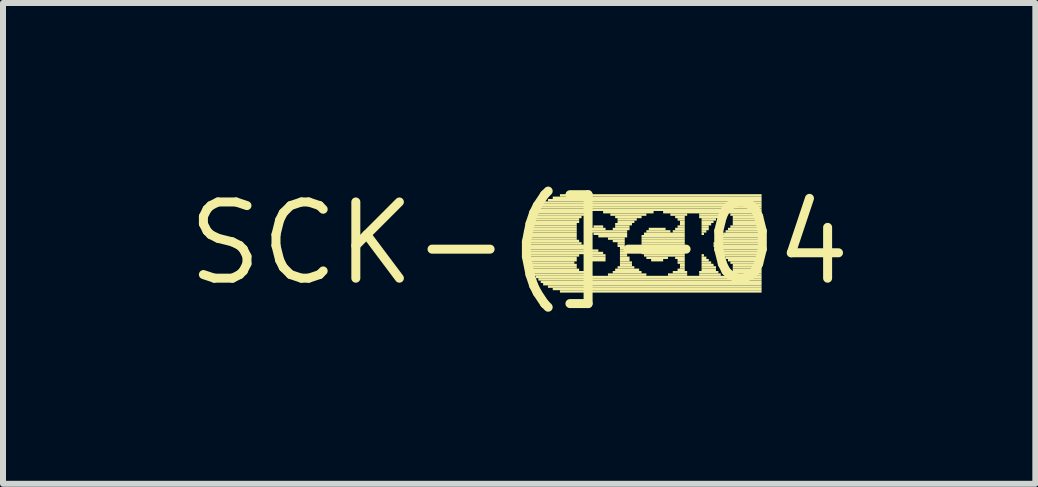
<source format=kicad_pcb>
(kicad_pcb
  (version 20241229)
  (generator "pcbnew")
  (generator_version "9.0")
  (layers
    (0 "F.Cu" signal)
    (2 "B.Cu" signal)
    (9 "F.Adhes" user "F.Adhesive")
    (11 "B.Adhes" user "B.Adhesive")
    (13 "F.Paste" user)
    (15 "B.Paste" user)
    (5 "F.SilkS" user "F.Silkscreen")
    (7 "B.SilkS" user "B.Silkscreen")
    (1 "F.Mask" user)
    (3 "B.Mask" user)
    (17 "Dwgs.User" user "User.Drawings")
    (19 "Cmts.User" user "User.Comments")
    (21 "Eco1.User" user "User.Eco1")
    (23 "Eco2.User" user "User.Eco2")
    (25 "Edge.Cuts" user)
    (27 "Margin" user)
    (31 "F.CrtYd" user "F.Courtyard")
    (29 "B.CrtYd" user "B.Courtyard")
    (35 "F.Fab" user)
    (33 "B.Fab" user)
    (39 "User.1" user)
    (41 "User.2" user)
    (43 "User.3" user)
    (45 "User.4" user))
  (footprint "SCK-(]-04"
    (layer "F.Cu")
    (at 5.601 1.006)
    (property "Reference" "SCK-(]-04" (at 0 0 0) (layer "F.SilkS") (effects (font (size 1.27 1.27) (thickness 0.15))))
    (attr through_hole)
    (fp_poly (pts (xy 0.08 -0.18) (xy 0.96 -0.18) (xy 0.96 -0.22) (xy 0.08 -0.22)) (stroke (width 0) (type solid)) (fill yes) (layer "F.SilkS"))
    (fp_poly (pts (xy 0.08 -0.14) (xy 0.96 -0.14) (xy 0.96 -0.18) (xy 0.08 -0.18)) (stroke (width 0) (type solid)) (fill yes) (layer "F.SilkS"))
    (fp_poly (pts (xy 0.08 -0.1) (xy 0.96 -0.1) (xy 0.96 -0.14) (xy 0.08 -0.14)) (stroke (width 0) (type solid)) (fill yes) (layer "F.SilkS"))
    (fp_poly (pts (xy 0.08 -0.06) (xy 0.96 -0.06) (xy 0.96 -0.1) (xy 0.08 -0.1)) (stroke (width 0) (type solid)) (fill yes) (layer "F.SilkS"))
    (fp_poly (pts (xy 0.08 -0.02) (xy 1 -0.02) (xy 1 -0.06) (xy 0.08 -0.06)) (stroke (width 0) (type solid)) (fill yes) (layer "F.SilkS"))
    (fp_poly (pts (xy 0.08 0.02) (xy 1.04 0.02) (xy 1.04 -0.02) (xy 0.08 -0.02)) (stroke (width 0) (type solid)) (fill yes) (layer "F.SilkS"))
    (fp_poly (pts (xy 0.08 0.06) (xy 1.08 0.06) (xy 1.08 0.02) (xy 0.08 0.02)) (stroke (width 0) (type solid)) (fill yes) (layer "F.SilkS"))
    (fp_poly (pts (xy 0.08 0.1) (xy 1.16 0.1) (xy 1.16 0.06) (xy 0.08 0.06)) (stroke (width 0) (type solid)) (fill yes) (layer "F.SilkS"))
    (fp_poly (pts (xy 0.08 0.14) (xy 1.32 0.14) (xy 1.32 0.1) (xy 0.08 0.1)) (stroke (width 0) (type solid)) (fill yes) (layer "F.SilkS"))
    (fp_poly (pts (xy 0.08 0.18) (xy 1.4 0.18) (xy 1.4 0.14) (xy 0.08 0.14)) (stroke (width 0) (type solid)) (fill yes) (layer "F.SilkS"))
    (fp_poly (pts (xy 0.08 0.22) (xy 1 0.22) (xy 1 0.18) (xy 0.08 0.18)) (stroke (width 0) (type solid)) (fill yes) (layer "F.SilkS"))
    (fp_poly (pts (xy 0.12 -0.3) (xy 0.96 -0.3) (xy 0.96 -0.34) (xy 0.12 -0.34)) (stroke (width 0) (type solid)) (fill yes) (layer "F.SilkS"))
    (fp_poly (pts (xy 0.12 -0.26) (xy 0.96 -0.26) (xy 0.96 -0.3) (xy 0.12 -0.3)) (stroke (width 0) (type solid)) (fill yes) (layer "F.SilkS"))
    (fp_poly (pts (xy 0.12 -0.22) (xy 0.96 -0.22) (xy 0.96 -0.26) (xy 0.12 -0.26)) (stroke (width 0) (type solid)) (fill yes) (layer "F.SilkS"))
    (fp_poly (pts (xy 0.12 0.26) (xy 0.96 0.26) (xy 0.96 0.22) (xy 0.12 0.22)) (stroke (width 0) (type solid)) (fill yes) (layer "F.SilkS"))
    (fp_poly (pts (xy 0.12 0.3) (xy 0.96 0.3) (xy 0.96 0.26) (xy 0.12 0.26)) (stroke (width 0) (type solid)) (fill yes) (layer "F.SilkS"))
    (fp_poly (pts (xy 0.12 0.34) (xy 0.92 0.34) (xy 0.92 0.3) (xy 0.12 0.3)) (stroke (width 0) (type solid)) (fill yes) (layer "F.SilkS"))
    (fp_poly (pts (xy 0.16 -0.38) (xy 1 -0.38) (xy 1 -0.42) (xy 0.16 -0.42)) (stroke (width 0) (type solid)) (fill yes) (layer "F.SilkS"))
    (fp_poly (pts (xy 0.16 -0.34) (xy 1 -0.34) (xy 1 -0.38) (xy 0.16 -0.38)) (stroke (width 0) (type solid)) (fill yes) (layer "F.SilkS"))
    (fp_poly (pts (xy 0.16 0.38) (xy 0.96 0.38) (xy 0.96 0.34) (xy 0.16 0.34)) (stroke (width 0) (type solid)) (fill yes) (layer "F.SilkS"))
    (fp_poly (pts (xy 0.16 0.42) (xy 0.96 0.42) (xy 0.96 0.38) (xy 0.16 0.38)) (stroke (width 0) (type solid)) (fill yes) (layer "F.SilkS"))
    (fp_poly (pts (xy 0.2 -0.46) (xy 1.08 -0.46) (xy 1.08 -0.5) (xy 0.2 -0.5)) (stroke (width 0) (type solid)) (fill yes) (layer "F.SilkS"))
    (fp_poly (pts (xy 0.2 -0.42) (xy 1.04 -0.42) (xy 1.04 -0.46) (xy 0.2 -0.46)) (stroke (width 0) (type solid)) (fill yes) (layer "F.SilkS"))
    (fp_poly (pts (xy 0.2 0.46) (xy 1 0.46) (xy 1 0.42) (xy 0.2 0.42)) (stroke (width 0) (type solid)) (fill yes) (layer "F.SilkS"))
    (fp_poly (pts (xy 0.2 0.5) (xy 1.08 0.5) (xy 1.08 0.46) (xy 0.2 0.46)) (stroke (width 0) (type solid)) (fill yes) (layer "F.SilkS"))
    (fp_poly (pts (xy 0.24 -0.5) (xy 1.2 -0.5) (xy 1.2 -0.54) (xy 0.24 -0.54)) (stroke (width 0) (type solid)) (fill yes) (layer "F.SilkS"))
    (fp_poly (pts (xy 0.24 0.54) (xy 1.12 0.54) (xy 1.12 0.5) (xy 0.24 0.5)) (stroke (width 0) (type solid)) (fill yes) (layer "F.SilkS"))
    (fp_poly (pts (xy 0.28 -0.54) (xy 4.04 -0.54) (xy 4.04 -0.58) (xy 0.28 -0.58)) (stroke (width 0) (type solid)) (fill yes) (layer "F.SilkS"))
    (fp_poly (pts (xy 0.28 0.58) (xy 4.04 0.58) (xy 4.04 0.54) (xy 0.28 0.54)) (stroke (width 0) (type solid)) (fill yes) (layer "F.SilkS"))
    (fp_poly (pts (xy 0.32 -0.58) (xy 4.04 -0.58) (xy 4.04 -0.62) (xy 0.32 -0.62)) (stroke (width 0) (type solid)) (fill yes) (layer "F.SilkS"))
    (fp_poly (pts (xy 0.32 0.62) (xy 4.04 0.62) (xy 4.04 0.58) (xy 0.32 0.58)) (stroke (width 0) (type solid)) (fill yes) (layer "F.SilkS"))
    (fp_poly (pts (xy 0.36 -0.62) (xy 4.04 -0.62) (xy 4.04 -0.66) (xy 0.36 -0.66)) (stroke (width 0) (type solid)) (fill yes) (layer "F.SilkS"))
    (fp_poly (pts (xy 0.36 0.66) (xy 4.04 0.66) (xy 4.04 0.62) (xy 0.36 0.62)) (stroke (width 0) (type solid)) (fill yes) (layer "F.SilkS"))
    (fp_poly (pts (xy 0.4 -0.66) (xy 4.04 -0.66) (xy 4.04 -0.7) (xy 0.4 -0.7)) (stroke (width 0) (type solid)) (fill yes) (layer "F.SilkS"))
    (fp_poly (pts (xy 0.4 0.7) (xy 4.04 0.7) (xy 4.04 0.66) (xy 0.4 0.66)) (stroke (width 0) (type solid)) (fill yes) (layer "F.SilkS"))
    (fp_poly (pts (xy 0.48 -0.7) (xy 4.04 -0.7) (xy 4.04 -0.74) (xy 0.48 -0.74)) (stroke (width 0) (type solid)) (fill yes) (layer "F.SilkS"))
    (fp_poly (pts (xy 0.48 0.74) (xy 4.04 0.74) (xy 4.04 0.7) (xy 0.48 0.7)) (stroke (width 0) (type solid)) (fill yes) (layer "F.SilkS"))
    (fp_poly (pts (xy 0.56 -0.74) (xy 4.04 -0.74) (xy 4.04 -0.78) (xy 0.56 -0.78)) (stroke (width 0) (type solid)) (fill yes) (layer "F.SilkS"))
    (fp_poly (pts (xy 0.56 0.78) (xy 4.04 0.78) (xy 4.04 0.74) (xy 0.56 0.74)) (stroke (width 0) (type solid)) (fill yes) (layer "F.SilkS"))
    (fp_poly (pts (xy 0.68 -0.78) (xy 4.04 -0.78) (xy 4.04 -0.82) (xy 0.68 -0.82)) (stroke (width 0) (type solid)) (fill yes) (layer "F.SilkS"))
    (fp_poly (pts (xy 0.68 0.82) (xy 4.04 0.82) (xy 4.04 0.78) (xy 0.68 0.78)) (stroke (width 0) (type solid)) (fill yes) (layer "F.SilkS"))
    (fp_poly (pts (xy 1.12 0.22) (xy 1.44 0.22) (xy 1.44 0.18) (xy 1.12 0.18)) (stroke (width 0) (type solid)) (fill yes) (layer "F.SilkS"))
    (fp_poly (pts (xy 1.16 0.26) (xy 1.44 0.26) (xy 1.44 0.22) (xy 1.16 0.22)) (stroke (width 0) (type solid)) (fill yes) (layer "F.SilkS"))
    (fp_poly (pts (xy 1.2 -0.22) (xy 1.44 -0.22) (xy 1.44 -0.26) (xy 1.2 -0.26)) (stroke (width 0) (type solid)) (fill yes) (layer "F.SilkS"))
    (fp_poly (pts (xy 1.2 -0.18) (xy 1.8 -0.18) (xy 1.8 -0.22) (xy 1.2 -0.22)) (stroke (width 0) (type solid)) (fill yes) (layer "F.SilkS"))
    (fp_poly (pts (xy 1.2 0.3) (xy 1.44 0.3) (xy 1.44 0.26) (xy 1.2 0.26)) (stroke (width 0) (type solid)) (fill yes) (layer "F.SilkS"))
    (fp_poly (pts (xy 1.24 -0.26) (xy 1.4 -0.26) (xy 1.4 -0.3) (xy 1.24 -0.3)) (stroke (width 0) (type solid)) (fill yes) (layer "F.SilkS"))
    (fp_poly (pts (xy 1.24 -0.14) (xy 1.8 -0.14) (xy 1.8 -0.18) (xy 1.24 -0.18)) (stroke (width 0) (type solid)) (fill yes) (layer "F.SilkS"))
    (fp_poly (pts (xy 1.32 -0.1) (xy 1.8 -0.1) (xy 1.8 -0.14) (xy 1.32 -0.14)) (stroke (width 0) (type solid)) (fill yes) (layer "F.SilkS"))
    (fp_poly (pts (xy 1.4 -0.5) (xy 2.24 -0.5) (xy 2.24 -0.54) (xy 1.4 -0.54)) (stroke (width 0) (type solid)) (fill yes) (layer "F.SilkS"))
    (fp_poly (pts (xy 1.48 -0.06) (xy 1.76 -0.06) (xy 1.76 -0.1) (xy 1.48 -0.1)) (stroke (width 0) (type solid)) (fill yes) (layer "F.SilkS"))
    (fp_poly (pts (xy 1.48 0.54) (xy 2.12 0.54) (xy 2.12 0.5) (xy 1.48 0.5)) (stroke (width 0) (type solid)) (fill yes) (layer "F.SilkS"))
    (fp_poly (pts (xy 1.52 -0.46) (xy 2.12 -0.46) (xy 2.12 -0.5) (xy 1.52 -0.5)) (stroke (width 0) (type solid)) (fill yes) (layer "F.SilkS"))
    (fp_poly (pts (xy 1.56 -0.22) (xy 1.84 -0.22) (xy 1.84 -0.26) (xy 1.56 -0.26)) (stroke (width 0) (type solid)) (fill yes) (layer "F.SilkS"))
    (fp_poly (pts (xy 1.56 -0.02) (xy 1.76 -0.02) (xy 1.76 -0.06) (xy 1.56 -0.06)) (stroke (width 0) (type solid)) (fill yes) (layer "F.SilkS"))
    (fp_poly (pts (xy 1.56 0.5) (xy 2.04 0.5) (xy 2.04 0.46) (xy 1.56 0.46)) (stroke (width 0) (type solid)) (fill yes) (layer "F.SilkS"))
    (fp_poly (pts (xy 1.6 -0.42) (xy 2.04 -0.42) (xy 2.04 -0.46) (xy 1.6 -0.46)) (stroke (width 0) (type solid)) (fill yes) (layer "F.SilkS"))
    (fp_poly (pts (xy 1.6 -0.3) (xy 1.88 -0.3) (xy 1.88 -0.34) (xy 1.6 -0.34)) (stroke (width 0) (type solid)) (fill yes) (layer "F.SilkS"))
    (fp_poly (pts (xy 1.6 -0.26) (xy 1.84 -0.26) (xy 1.84 -0.3) (xy 1.6 -0.3)) (stroke (width 0) (type solid)) (fill yes) (layer "F.SilkS"))
    (fp_poly (pts (xy 1.6 0.46) (xy 2 0.46) (xy 2 0.42) (xy 1.6 0.42)) (stroke (width 0) (type solid)) (fill yes) (layer "F.SilkS"))
    (fp_poly (pts (xy 1.64 -0.38) (xy 1.96 -0.38) (xy 1.96 -0.42) (xy 1.64 -0.42)) (stroke (width 0) (type solid)) (fill yes) (layer "F.SilkS"))
    (fp_poly (pts (xy 1.64 -0.34) (xy 1.92 -0.34) (xy 1.92 -0.38) (xy 1.64 -0.38)) (stroke (width 0) (type solid)) (fill yes) (layer "F.SilkS"))
    (fp_poly (pts (xy 1.64 0.02) (xy 1.76 0.02) (xy 1.76 -0.02) (xy 1.64 -0.02)) (stroke (width 0) (type solid)) (fill yes) (layer "F.SilkS"))
    (fp_poly (pts (xy 1.64 0.06) (xy 1.76 0.06) (xy 1.76 0.02) (xy 1.64 0.02)) (stroke (width 0) (type solid)) (fill yes) (layer "F.SilkS"))
    (fp_poly (pts (xy 1.64 0.42) (xy 1.92 0.42) (xy 1.92 0.38) (xy 1.64 0.38)) (stroke (width 0) (type solid)) (fill yes) (layer "F.SilkS"))
    (fp_poly (pts (xy 1.68 0.1) (xy 1.76 0.1) (xy 1.76 0.06) (xy 1.68 0.06)) (stroke (width 0) (type solid)) (fill yes) (layer "F.SilkS"))
    (fp_poly (pts (xy 1.68 0.14) (xy 1.8 0.14) (xy 1.8 0.1) (xy 1.68 0.1)) (stroke (width 0) (type solid)) (fill yes) (layer "F.SilkS"))
    (fp_poly (pts (xy 1.68 0.18) (xy 1.8 0.18) (xy 1.8 0.14) (xy 1.68 0.14)) (stroke (width 0) (type solid)) (fill yes) (layer "F.SilkS"))
    (fp_poly (pts (xy 1.68 0.22) (xy 1.8 0.22) (xy 1.8 0.18) (xy 1.68 0.18)) (stroke (width 0) (type solid)) (fill yes) (layer "F.SilkS"))
    (fp_poly (pts (xy 1.68 0.26) (xy 1.84 0.26) (xy 1.84 0.22) (xy 1.68 0.22)) (stroke (width 0) (type solid)) (fill yes) (layer "F.SilkS"))
    (fp_poly (pts (xy 1.68 0.3) (xy 1.84 0.3) (xy 1.84 0.26) (xy 1.68 0.26)) (stroke (width 0) (type solid)) (fill yes) (layer "F.SilkS"))
    (fp_poly (pts (xy 1.68 0.34) (xy 1.88 0.34) (xy 1.88 0.3) (xy 1.68 0.3)) (stroke (width 0) (type solid)) (fill yes) (layer "F.SilkS"))
    (fp_poly (pts (xy 1.68 0.38) (xy 1.88 0.38) (xy 1.88 0.34) (xy 1.68 0.34)) (stroke (width 0) (type solid)) (fill yes) (layer "F.SilkS"))
    (fp_poly (pts (xy 2.04 -0.1) (xy 2.76 -0.1) (xy 2.76 -0.14) (xy 2.04 -0.14)) (stroke (width 0) (type solid)) (fill yes) (layer "F.SilkS"))
    (fp_poly (pts (xy 2.04 -0.06) (xy 2.76 -0.06) (xy 2.76 -0.1) (xy 2.04 -0.1)) (stroke (width 0) (type solid)) (fill yes) (layer "F.SilkS"))
    (fp_poly (pts (xy 2.04 -0.02) (xy 2.76 -0.02) (xy 2.76 -0.06) (xy 2.04 -0.06)) (stroke (width 0) (type solid)) (fill yes) (layer "F.SilkS"))
    (fp_poly (pts (xy 2.04 0.02) (xy 2.76 0.02) (xy 2.76 -0.02) (xy 2.04 -0.02)) (stroke (width 0) (type solid)) (fill yes) (layer "F.SilkS"))
    (fp_poly (pts (xy 2.04 0.06) (xy 2.76 0.06) (xy 2.76 0.02) (xy 2.04 0.02)) (stroke (width 0) (type solid)) (fill yes) (layer "F.SilkS"))
    (fp_poly (pts (xy 2.04 0.1) (xy 2.76 0.1) (xy 2.76 0.06) (xy 2.04 0.06)) (stroke (width 0) (type solid)) (fill yes) (layer "F.SilkS"))
    (fp_poly (pts (xy 2.04 0.14) (xy 2.76 0.14) (xy 2.76 0.1) (xy 2.04 0.1)) (stroke (width 0) (type solid)) (fill yes) (layer "F.SilkS"))
    (fp_poly (pts (xy 2.04 0.18) (xy 2.76 0.18) (xy 2.76 0.14) (xy 2.04 0.14)) (stroke (width 0) (type solid)) (fill yes) (layer "F.SilkS"))
    (fp_poly (pts (xy 2.08 -0.14) (xy 2.76 -0.14) (xy 2.76 -0.18) (xy 2.08 -0.18)) (stroke (width 0) (type solid)) (fill yes) (layer "F.SilkS"))
    (fp_poly (pts (xy 2.08 0.22) (xy 2.76 0.22) (xy 2.76 0.18) (xy 2.08 0.18)) (stroke (width 0) (type solid)) (fill yes) (layer "F.SilkS"))
    (fp_poly (pts (xy 2.12 -0.18) (xy 2.52 -0.18) (xy 2.52 -0.22) (xy 2.12 -0.22)) (stroke (width 0) (type solid)) (fill yes) (layer "F.SilkS"))
    (fp_poly (pts (xy 2.12 0.26) (xy 2.48 0.26) (xy 2.48 0.22) (xy 2.12 0.22)) (stroke (width 0) (type solid)) (fill yes) (layer "F.SilkS"))
    (fp_poly (pts (xy 2.16 -0.22) (xy 2.44 -0.22) (xy 2.44 -0.26) (xy 2.16 -0.26)) (stroke (width 0) (type solid)) (fill yes) (layer "F.SilkS"))
    (fp_poly (pts (xy 2.2 0.3) (xy 2.4 0.3) (xy 2.4 0.26) (xy 2.2 0.26)) (stroke (width 0) (type solid)) (fill yes) (layer "F.SilkS"))
    (fp_poly (pts (xy 2.4 -0.5) (xy 3.4 -0.5) (xy 3.4 -0.54) (xy 2.4 -0.54)) (stroke (width 0) (type solid)) (fill yes) (layer "F.SilkS"))
    (fp_poly (pts (xy 2.48 0.54) (xy 2.8 0.54) (xy 2.8 0.5) (xy 2.48 0.5)) (stroke (width 0) (type solid)) (fill yes) (layer "F.SilkS"))
    (fp_poly (pts (xy 2.52 -0.46) (xy 2.8 -0.46) (xy 2.8 -0.5) (xy 2.52 -0.5)) (stroke (width 0) (type solid)) (fill yes) (layer "F.SilkS"))
    (fp_poly (pts (xy 2.56 -0.18) (xy 2.76 -0.18) (xy 2.76 -0.22) (xy 2.56 -0.22)) (stroke (width 0) (type solid)) (fill yes) (layer "F.SilkS"))
    (fp_poly (pts (xy 2.56 0.5) (xy 2.8 0.5) (xy 2.8 0.46) (xy 2.56 0.46)) (stroke (width 0) (type solid)) (fill yes) (layer "F.SilkS"))
    (fp_poly (pts (xy 2.6 -0.42) (xy 2.76 -0.42) (xy 2.76 -0.46) (xy 2.6 -0.46)) (stroke (width 0) (type solid)) (fill yes) (layer "F.SilkS"))
    (fp_poly (pts (xy 2.6 -0.22) (xy 2.76 -0.22) (xy 2.76 -0.26) (xy 2.6 -0.26)) (stroke (width 0) (type solid)) (fill yes) (layer "F.SilkS"))
    (fp_poly (pts (xy 2.6 0.26) (xy 2.76 0.26) (xy 2.76 0.22) (xy 2.6 0.22)) (stroke (width 0) (type solid)) (fill yes) (layer "F.SilkS"))
    (fp_poly (pts (xy 2.64 -0.38) (xy 2.76 -0.38) (xy 2.76 -0.42) (xy 2.64 -0.42)) (stroke (width 0) (type solid)) (fill yes) (layer "F.SilkS"))
    (fp_poly (pts (xy 2.64 -0.26) (xy 2.76 -0.26) (xy 2.76 -0.3) (xy 2.64 -0.3)) (stroke (width 0) (type solid)) (fill yes) (layer "F.SilkS"))
    (fp_poly (pts (xy 2.64 0.3) (xy 2.76 0.3) (xy 2.76 0.26) (xy 2.64 0.26)) (stroke (width 0) (type solid)) (fill yes) (layer "F.SilkS"))
    (fp_poly (pts (xy 2.64 0.34) (xy 2.76 0.34) (xy 2.76 0.3) (xy 2.64 0.3)) (stroke (width 0) (type solid)) (fill yes) (layer "F.SilkS"))
    (fp_poly (pts (xy 2.64 0.46) (xy 2.76 0.46) (xy 2.76 0.42) (xy 2.64 0.42)) (stroke (width 0) (type solid)) (fill yes) (layer "F.SilkS"))
    (fp_poly (pts (xy 2.68 -0.34) (xy 2.76 -0.34) (xy 2.76 -0.38) (xy 2.68 -0.38)) (stroke (width 0) (type solid)) (fill yes) (layer "F.SilkS"))
    (fp_poly (pts (xy 2.68 -0.3) (xy 2.76 -0.3) (xy 2.76 -0.34) (xy 2.68 -0.34)) (stroke (width 0) (type solid)) (fill yes) (layer "F.SilkS"))
    (fp_poly (pts (xy 2.68 0.38) (xy 2.76 0.38) (xy 2.76 0.34) (xy 2.68 0.34)) (stroke (width 0) (type solid)) (fill yes) (layer "F.SilkS"))
    (fp_poly (pts (xy 2.68 0.42) (xy 2.76 0.42) (xy 2.76 0.38) (xy 2.68 0.38)) (stroke (width 0) (type solid)) (fill yes) (layer "F.SilkS"))
    (fp_poly (pts (xy 3 -0.46) (xy 3.36 -0.46) (xy 3.36 -0.5) (xy 3 -0.5)) (stroke (width 0) (type solid)) (fill yes) (layer "F.SilkS"))
    (fp_poly (pts (xy 3 -0.42) (xy 3.32 -0.42) (xy 3.32 -0.46) (xy 3 -0.46)) (stroke (width 0) (type solid)) (fill yes) (layer "F.SilkS"))
    (fp_poly (pts (xy 3 0.5) (xy 3.32 0.5) (xy 3.32 0.46) (xy 3 0.46)) (stroke (width 0) (type solid)) (fill yes) (layer "F.SilkS"))
    (fp_poly (pts (xy 3 0.54) (xy 3.36 0.54) (xy 3.36 0.5) (xy 3 0.5)) (stroke (width 0) (type solid)) (fill yes) (layer "F.SilkS"))
    (fp_poly (pts (xy 3.04 -0.38) (xy 3.28 -0.38) (xy 3.28 -0.42) (xy 3.04 -0.42)) (stroke (width 0) (type solid)) (fill yes) (layer "F.SilkS"))
    (fp_poly (pts (xy 3.04 -0.34) (xy 3.24 -0.34) (xy 3.24 -0.38) (xy 3.04 -0.38)) (stroke (width 0) (type solid)) (fill yes) (layer "F.SilkS"))
    (fp_poly (pts (xy 3.04 -0.3) (xy 3.2 -0.3) (xy 3.2 -0.34) (xy 3.04 -0.34)) (stroke (width 0) (type solid)) (fill yes) (layer "F.SilkS"))
    (fp_poly (pts (xy 3.04 -0.26) (xy 3.16 -0.26) (xy 3.16 -0.3) (xy 3.04 -0.3)) (stroke (width 0) (type solid)) (fill yes) (layer "F.SilkS"))
    (fp_poly (pts (xy 3.04 -0.22) (xy 3.16 -0.22) (xy 3.16 -0.26) (xy 3.04 -0.26)) (stroke (width 0) (type solid)) (fill yes) (layer "F.SilkS"))
    (fp_poly (pts (xy 3.04 -0.18) (xy 3.12 -0.18) (xy 3.12 -0.22) (xy 3.04 -0.22)) (stroke (width 0) (type solid)) (fill yes) (layer "F.SilkS"))
    (fp_poly (pts (xy 3.04 -0.14) (xy 3.08 -0.14) (xy 3.08 -0.18) (xy 3.04 -0.18)) (stroke (width 0) (type solid)) (fill yes) (layer "F.SilkS"))
    (fp_poly (pts (xy 3.04 0.22) (xy 3.08 0.22) (xy 3.08 0.18) (xy 3.04 0.18)) (stroke (width 0) (type solid)) (fill yes) (layer "F.SilkS"))
    (fp_poly (pts (xy 3.04 0.26) (xy 3.12 0.26) (xy 3.12 0.22) (xy 3.04 0.22)) (stroke (width 0) (type solid)) (fill yes) (layer "F.SilkS"))
    (fp_poly (pts (xy 3.04 0.3) (xy 3.16 0.3) (xy 3.16 0.26) (xy 3.04 0.26)) (stroke (width 0) (type solid)) (fill yes) (layer "F.SilkS"))
    (fp_poly (pts (xy 3.04 0.34) (xy 3.2 0.34) (xy 3.2 0.3) (xy 3.04 0.3)) (stroke (width 0) (type solid)) (fill yes) (layer "F.SilkS"))
    (fp_poly (pts (xy 3.04 0.38) (xy 3.24 0.38) (xy 3.24 0.34) (xy 3.04 0.34)) (stroke (width 0) (type solid)) (fill yes) (layer "F.SilkS"))
    (fp_poly (pts (xy 3.04 0.42) (xy 3.28 0.42) (xy 3.28 0.38) (xy 3.04 0.38)) (stroke (width 0) (type solid)) (fill yes) (layer "F.SilkS"))
    (fp_poly (pts (xy 3.04 0.46) (xy 3.28 0.46) (xy 3.28 0.42) (xy 3.04 0.42)) (stroke (width 0) (type solid)) (fill yes) (layer "F.SilkS"))
    (fp_poly (pts (xy 3.24 0.02) (xy 4.04 0.02) (xy 4.04 -0.02) (xy 3.24 -0.02)) (stroke (width 0) (type solid)) (fill yes) (layer "F.SilkS"))
    (fp_poly (pts (xy 3.24 0.06) (xy 4.04 0.06) (xy 4.04 0.02) (xy 3.24 0.02)) (stroke (width 0) (type solid)) (fill yes) (layer "F.SilkS"))
    (fp_poly (pts (xy 3.28 -0.02) (xy 4.04 -0.02) (xy 4.04 -0.06) (xy 3.28 -0.06)) (stroke (width 0) (type solid)) (fill yes) (layer "F.SilkS"))
    (fp_poly (pts (xy 3.28 0.1) (xy 4.04 0.1) (xy 4.04 0.06) (xy 3.28 0.06)) (stroke (width 0) (type solid)) (fill yes) (layer "F.SilkS"))
    (fp_poly (pts (xy 3.32 -0.06) (xy 4.04 -0.06) (xy 4.04 -0.1) (xy 3.32 -0.1)) (stroke (width 0) (type solid)) (fill yes) (layer "F.SilkS"))
    (fp_poly (pts (xy 3.32 0.14) (xy 4.04 0.14) (xy 4.04 0.1) (xy 3.32 0.1)) (stroke (width 0) (type solid)) (fill yes) (layer "F.SilkS"))
    (fp_poly (pts (xy 3.36 -0.1) (xy 4.04 -0.1) (xy 4.04 -0.14) (xy 3.36 -0.14)) (stroke (width 0) (type solid)) (fill yes) (layer "F.SilkS"))
    (fp_poly (pts (xy 3.36 0.18) (xy 4.04 0.18) (xy 4.04 0.14) (xy 3.36 0.14)) (stroke (width 0) (type solid)) (fill yes) (layer "F.SilkS"))
    (fp_poly (pts (xy 3.4 -0.14) (xy 4.04 -0.14) (xy 4.04 -0.18) (xy 3.4 -0.18)) (stroke (width 0) (type solid)) (fill yes) (layer "F.SilkS"))
    (fp_poly (pts (xy 3.4 0.22) (xy 4.04 0.22) (xy 4.04 0.18) (xy 3.4 0.18)) (stroke (width 0) (type solid)) (fill yes) (layer "F.SilkS"))
    (fp_poly (pts (xy 3.44 -0.18) (xy 4.04 -0.18) (xy 4.04 -0.22) (xy 3.44 -0.22)) (stroke (width 0) (type solid)) (fill yes) (layer "F.SilkS"))
    (fp_poly (pts (xy 3.44 0.26) (xy 4.04 0.26) (xy 4.04 0.22) (xy 3.44 0.22)) (stroke (width 0) (type solid)) (fill yes) (layer "F.SilkS"))
    (fp_poly (pts (xy 3.48 -0.5) (xy 4.04 -0.5) (xy 4.04 -0.54) (xy 3.48 -0.54)) (stroke (width 0) (type solid)) (fill yes) (layer "F.SilkS"))
    (fp_poly (pts (xy 3.48 -0.22) (xy 4.04 -0.22) (xy 4.04 -0.26) (xy 3.48 -0.26)) (stroke (width 0) (type solid)) (fill yes) (layer "F.SilkS"))
    (fp_poly (pts (xy 3.48 0.3) (xy 4.04 0.3) (xy 4.04 0.26) (xy 3.48 0.26)) (stroke (width 0) (type solid)) (fill yes) (layer "F.SilkS"))
    (fp_poly (pts (xy 3.52 -0.46) (xy 4.04 -0.46) (xy 4.04 -0.5) (xy 3.52 -0.5)) (stroke (width 0) (type solid)) (fill yes) (layer "F.SilkS"))
    (fp_poly (pts (xy 3.52 -0.26) (xy 4.04 -0.26) (xy 4.04 -0.3) (xy 3.52 -0.3)) (stroke (width 0) (type solid)) (fill yes) (layer "F.SilkS"))
    (fp_poly (pts (xy 3.52 0.34) (xy 4.04 0.34) (xy 4.04 0.3) (xy 3.52 0.3)) (stroke (width 0) (type solid)) (fill yes) (layer "F.SilkS"))
    (fp_poly (pts (xy 3.52 0.54) (xy 4.04 0.54) (xy 4.04 0.5) (xy 3.52 0.5)) (stroke (width 0) (type solid)) (fill yes) (layer "F.SilkS"))
    (fp_poly (pts (xy 3.56 -0.42) (xy 4.04 -0.42) (xy 4.04 -0.46) (xy 3.56 -0.46)) (stroke (width 0) (type solid)) (fill yes) (layer "F.SilkS"))
    (fp_poly (pts (xy 3.56 -0.38) (xy 4.04 -0.38) (xy 4.04 -0.42) (xy 3.56 -0.42)) (stroke (width 0) (type solid)) (fill yes) (layer "F.SilkS"))
    (fp_poly (pts (xy 3.56 -0.34) (xy 4.04 -0.34) (xy 4.04 -0.38) (xy 3.56 -0.38)) (stroke (width 0) (type solid)) (fill yes) (layer "F.SilkS"))
    (fp_poly (pts (xy 3.56 -0.3) (xy 4.04 -0.3) (xy 4.04 -0.34) (xy 3.56 -0.34)) (stroke (width 0) (type solid)) (fill yes) (layer "F.SilkS"))
    (fp_poly (pts (xy 3.56 0.38) (xy 4.04 0.38) (xy 4.04 0.34) (xy 3.56 0.34)) (stroke (width 0) (type solid)) (fill yes) (layer "F.SilkS"))
    (fp_poly (pts (xy 3.56 0.42) (xy 4.04 0.42) (xy 4.04 0.38) (xy 3.56 0.38)) (stroke (width 0) (type solid)) (fill yes) (layer "F.SilkS"))
    (fp_poly (pts (xy 3.56 0.46) (xy 4.04 0.46) (xy 4.04 0.42) (xy 3.56 0.42)) (stroke (width 0) (type solid)) (fill yes) (layer "F.SilkS"))
    (fp_poly (pts (xy 3.56 0.5) (xy 4.04 0.5) (xy 4.04 0.46) (xy 3.56 0.46)) (stroke (width 0) (type solid)) (fill yes) (layer "F.SilkS")))
  (gr_rect
    (start -3 -3)
    (end 14.203 5.012)
    (stroke (width 0.1) (type default))
    (fill no)
    (layer "Edge.Cuts")))
</source>
